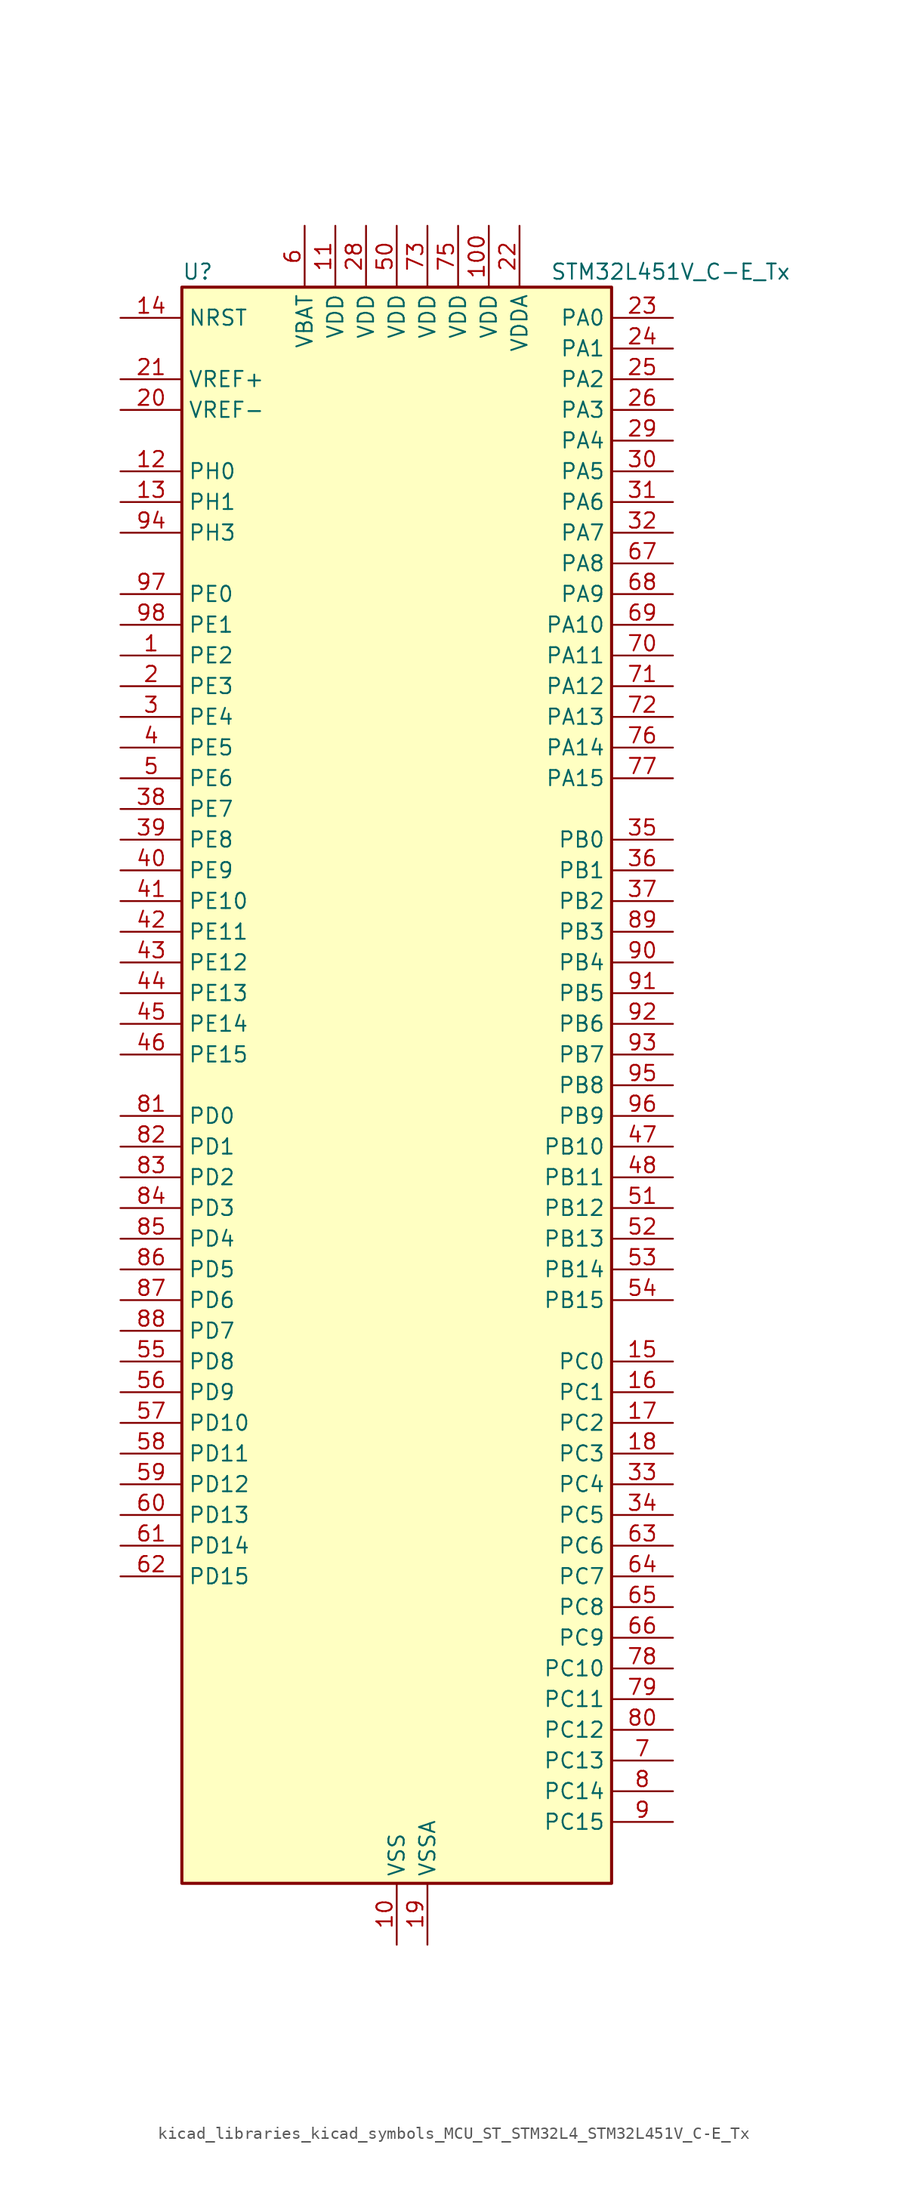
<source format=kicad_sym>
(kicad_symbol_lib
  (version 20220914)
  (generator kicad_symbol_editor)
  (symbol "kicad_libraries_kicad_symbols_MCU_ST_STM32L4_STM32L451V_C-E_Tx"
    (property "Reference" "U"
      (at -17.78 67.31 0)
      (effects (font (size 1.27 1.27)) (justify left)))
    (property "Value" "STM32L451V_C-E_Tx"
      (at 12.7 67.31 0)
      (effects (font (size 1.27 1.27)) (justify left)))
    (property "ki_locked" ""
      (at 0 0 0)
      (effects (font (size 1.27 1.27))))
    (symbol "kicad_libraries_kicad_symbols_MCU_ST_STM32L4_STM32L451V_C-E_Tx_0_1"
      (rectangle (start -17.78 -66.04) (end 17.78 66.04) (stroke (width 0.254) (type default)) (fill (type background))))
    (symbol "kicad_libraries_kicad_symbols_MCU_ST_STM32L4_STM32L451V_C-E_Tx_1_1"
      (pin bidirectional line (at -22.86 35.56 0) (length 5.08) (name "PE2" (effects (font (size 1.27 1.27)))) (number "1" (effects (font (size 1.27 1.27)))) (alternate "SAI1_MCLK_A" bidirectional line) (alternate "SYS_TRACECLK" bidirectional line) (alternate "TIM3_ETR" bidirectional line) (alternate "TSC_G7_IO1" bidirectional line))
      (pin power_in line (at 0 -71.12 90) (length 5.08) (name "VSS" (effects (font (size 1.27 1.27)))) (number "10" (effects (font (size 1.27 1.27)))))
      (pin power_in line (at 7.62 71.12 270) (length 5.08) (name "VDD" (effects (font (size 1.27 1.27)))) (number "100" (effects (font (size 1.27 1.27)))))
      (pin power_in line (at -5.08 71.12 270) (length 5.08) (name "VDD" (effects (font (size 1.27 1.27)))) (number "11" (effects (font (size 1.27 1.27)))))
      (pin bidirectional line (at -22.86 50.8 0) (length 5.08) (name "PH0" (effects (font (size 1.27 1.27)))) (number "12" (effects (font (size 1.27 1.27)))) (alternate "RCC_OSC_IN" bidirectional line))
      (pin bidirectional line (at -22.86 48.26 0) (length 5.08) (name "PH1" (effects (font (size 1.27 1.27)))) (number "13" (effects (font (size 1.27 1.27)))) (alternate "RCC_OSC_OUT" bidirectional line))
      (pin input line (at -22.86 63.5 0) (length 5.08) (name "NRST" (effects (font (size 1.27 1.27)))) (number "14" (effects (font (size 1.27 1.27)))))
      (pin bidirectional line (at 22.86 -22.86 180) (length 5.08) (name "PC0" (effects (font (size 1.27 1.27)))) (number "15" (effects (font (size 1.27 1.27)))) (alternate "ADC1_IN1" bidirectional line) (alternate "I2C3_SCL" bidirectional line) (alternate "I2C4_SCL" bidirectional line) (alternate "LPTIM1_IN1" bidirectional line) (alternate "LPTIM2_IN1" bidirectional line) (alternate "LPUART1_RX" bidirectional line))
      (pin bidirectional line (at 22.86 -25.4 180) (length 5.08) (name "PC1" (effects (font (size 1.27 1.27)))) (number "16" (effects (font (size 1.27 1.27)))) (alternate "ADC1_IN2" bidirectional line) (alternate "I2C3_SDA" bidirectional line) (alternate "I2C4_SDA" bidirectional line) (alternate "LPTIM1_OUT" bidirectional line) (alternate "LPUART1_TX" bidirectional line) (alternate "SYS_TRACED0" bidirectional line))
      (pin bidirectional line (at 22.86 -27.94 180) (length 5.08) (name "PC2" (effects (font (size 1.27 1.27)))) (number "17" (effects (font (size 1.27 1.27)))) (alternate "ADC1_IN3" bidirectional line) (alternate "DFSDM1_CKOUT" bidirectional line) (alternate "LPTIM1_IN2" bidirectional line) (alternate "SPI2_MISO" bidirectional line))
      (pin bidirectional line (at 22.86 -30.48 180) (length 5.08) (name "PC3" (effects (font (size 1.27 1.27)))) (number "18" (effects (font (size 1.27 1.27)))) (alternate "ADC1_IN4" bidirectional line) (alternate "LPTIM1_ETR" bidirectional line) (alternate "LPTIM2_ETR" bidirectional line) (alternate "SAI1_SD_A" bidirectional line) (alternate "SPI2_MOSI" bidirectional line))
      (pin power_in line (at 2.54 -71.12 90) (length 5.08) (name "VSSA" (effects (font (size 1.27 1.27)))) (number "19" (effects (font (size 1.27 1.27)))))
      (pin bidirectional line (at -22.86 33.02 0) (length 5.08) (name "PE3" (effects (font (size 1.27 1.27)))) (number "2" (effects (font (size 1.27 1.27)))) (alternate "SAI1_SD_B" bidirectional line) (alternate "SYS_TRACED0" bidirectional line) (alternate "TIM3_CH1" bidirectional line) (alternate "TSC_G7_IO2" bidirectional line))
      (pin input line (at -22.86 55.88 0) (length 5.08) (name "VREF-" (effects (font (size 1.27 1.27)))) (number "20" (effects (font (size 1.27 1.27)))))
      (pin input line (at -22.86 58.42 0) (length 5.08) (name "VREF+" (effects (font (size 1.27 1.27)))) (number "21" (effects (font (size 1.27 1.27)))) (alternate "VREFBUF_OUT" bidirectional line))
      (pin power_in line (at 10.16 71.12 270) (length 5.08) (name "VDDA" (effects (font (size 1.27 1.27)))) (number "22" (effects (font (size 1.27 1.27)))))
      (pin bidirectional line (at 22.86 63.5 180) (length 5.08) (name "PA0" (effects (font (size 1.27 1.27)))) (number "23" (effects (font (size 1.27 1.27)))) (alternate "ADC1_IN5" bidirectional line) (alternate "COMP1_INM" bidirectional line) (alternate "COMP1_OUT" bidirectional line) (alternate "OPAMP1_VINP" bidirectional line) (alternate "RTC_TAMP2" bidirectional line) (alternate "SAI1_EXTCLK" bidirectional line) (alternate "SYS_WKUP1" bidirectional line) (alternate "TIM2_CH1" bidirectional line) (alternate "TIM2_ETR" bidirectional line) (alternate "UART4_TX" bidirectional line) (alternate "USART2_CTS" bidirectional line))
      (pin bidirectional line (at 22.86 60.96 180) (length 5.08) (name "PA1" (effects (font (size 1.27 1.27)))) (number "24" (effects (font (size 1.27 1.27)))) (alternate "ADC1_IN6" bidirectional line) (alternate "COMP1_INP" bidirectional line) (alternate "I2C1_SMBA" bidirectional line) (alternate "OPAMP1_VINM" bidirectional line) (alternate "SPI1_SCK" bidirectional line) (alternate "TIM15_CH1N" bidirectional line) (alternate "TIM2_CH2" bidirectional line) (alternate "UART4_RX" bidirectional line) (alternate "USART2_DE" bidirectional line) (alternate "USART2_RTS" bidirectional line))
      (pin bidirectional line (at 22.86 58.42 180) (length 5.08) (name "PA2" (effects (font (size 1.27 1.27)))) (number "25" (effects (font (size 1.27 1.27)))) (alternate "ADC1_IN7" bidirectional line) (alternate "COMP2_INM" bidirectional line) (alternate "COMP2_OUT" bidirectional line) (alternate "LPUART1_TX" bidirectional line) (alternate "QUADSPI_BK1_NCS" bidirectional line) (alternate "RCC_LSCO" bidirectional line) (alternate "SYS_WKUP4" bidirectional line) (alternate "TIM15_CH1" bidirectional line) (alternate "TIM2_CH3" bidirectional line) (alternate "USART2_TX" bidirectional line))
      (pin bidirectional line (at 22.86 55.88 180) (length 5.08) (name "PA3" (effects (font (size 1.27 1.27)))) (number "26" (effects (font (size 1.27 1.27)))) (alternate "ADC1_IN8" bidirectional line) (alternate "COMP2_INP" bidirectional line) (alternate "LPUART1_RX" bidirectional line) (alternate "OPAMP1_VOUT" bidirectional line) (alternate "QUADSPI_CLK" bidirectional line) (alternate "SAI1_MCLK_A" bidirectional line) (alternate "TIM15_CH2" bidirectional line) (alternate "TIM2_CH4" bidirectional line) (alternate "USART2_RX" bidirectional line))
      (pin passive line (at 0 -71.12 90) (length 5.08) hide (name "VSS" (effects (font (size 1.27 1.27)))) (number "27" (effects (font (size 1.27 1.27)))))
      (pin power_in line (at -2.54 71.12 270) (length 5.08) (name "VDD" (effects (font (size 1.27 1.27)))) (number "28" (effects (font (size 1.27 1.27)))))
      (pin bidirectional line (at 22.86 53.34 180) (length 5.08) (name "PA4" (effects (font (size 1.27 1.27)))) (number "29" (effects (font (size 1.27 1.27)))) (alternate "ADC1_IN9" bidirectional line) (alternate "COMP1_INM" bidirectional line) (alternate "COMP2_INM" bidirectional line) (alternate "DAC1_OUT1" bidirectional line) (alternate "LPTIM2_OUT" bidirectional line) (alternate "SAI1_FS_B" bidirectional line) (alternate "SPI1_NSS" bidirectional line) (alternate "SPI3_NSS" bidirectional line) (alternate "USART2_CK" bidirectional line))
      (pin bidirectional line (at -22.86 30.48 0) (length 5.08) (name "PE4" (effects (font (size 1.27 1.27)))) (number "3" (effects (font (size 1.27 1.27)))) (alternate "DFSDM1_DATIN3" bidirectional line) (alternate "SAI1_FS_A" bidirectional line) (alternate "SYS_TRACED1" bidirectional line) (alternate "TIM3_CH2" bidirectional line) (alternate "TSC_G7_IO3" bidirectional line))
      (pin bidirectional line (at 22.86 50.8 180) (length 5.08) (name "PA5" (effects (font (size 1.27 1.27)))) (number "30" (effects (font (size 1.27 1.27)))) (alternate "ADC1_IN10" bidirectional line) (alternate "COMP1_INM" bidirectional line) (alternate "COMP2_INM" bidirectional line) (alternate "DFSDM1_CKOUT" bidirectional line) (alternate "LPTIM2_ETR" bidirectional line) (alternate "SPI1_SCK" bidirectional line) (alternate "TIM2_CH1" bidirectional line) (alternate "TIM2_ETR" bidirectional line))
      (pin bidirectional line (at 22.86 48.26 180) (length 5.08) (name "PA6" (effects (font (size 1.27 1.27)))) (number "31" (effects (font (size 1.27 1.27)))) (alternate "ADC1_IN11" bidirectional line) (alternate "COMP1_OUT" bidirectional line) (alternate "LPUART1_CTS" bidirectional line) (alternate "QUADSPI_BK1_IO3" bidirectional line) (alternate "SPI1_MISO" bidirectional line) (alternate "TIM16_CH1" bidirectional line) (alternate "TIM1_BKIN" bidirectional line) (alternate "TIM1_BKIN_COMP2" bidirectional line) (alternate "TIM3_CH1" bidirectional line) (alternate "USART3_CTS" bidirectional line))
      (pin bidirectional line (at 22.86 45.72 180) (length 5.08) (name "PA7" (effects (font (size 1.27 1.27)))) (number "32" (effects (font (size 1.27 1.27)))) (alternate "ADC1_IN12" bidirectional line) (alternate "COMP2_OUT" bidirectional line) (alternate "DFSDM1_DATIN0" bidirectional line) (alternate "I2C3_SCL" bidirectional line) (alternate "QUADSPI_BK1_IO2" bidirectional line) (alternate "SPI1_MOSI" bidirectional line) (alternate "TIM1_CH1N" bidirectional line) (alternate "TIM3_CH2" bidirectional line))
      (pin bidirectional line (at 22.86 -33.02 180) (length 5.08) (name "PC4" (effects (font (size 1.27 1.27)))) (number "33" (effects (font (size 1.27 1.27)))) (alternate "ADC1_IN13" bidirectional line) (alternate "COMP1_INM" bidirectional line) (alternate "USART3_TX" bidirectional line))
      (pin bidirectional line (at 22.86 -35.56 180) (length 5.08) (name "PC5" (effects (font (size 1.27 1.27)))) (number "34" (effects (font (size 1.27 1.27)))) (alternate "ADC1_IN14" bidirectional line) (alternate "COMP1_INP" bidirectional line) (alternate "SYS_WKUP5" bidirectional line) (alternate "USART3_RX" bidirectional line))
      (pin bidirectional line (at 22.86 20.32 180) (length 5.08) (name "PB0" (effects (font (size 1.27 1.27)))) (number "35" (effects (font (size 1.27 1.27)))) (alternate "ADC1_IN15" bidirectional line) (alternate "COMP1_OUT" bidirectional line) (alternate "DFSDM1_CKIN0" bidirectional line) (alternate "QUADSPI_BK1_IO1" bidirectional line) (alternate "SAI1_EXTCLK" bidirectional line) (alternate "SPI1_NSS" bidirectional line) (alternate "TIM1_CH2N" bidirectional line) (alternate "TIM3_CH3" bidirectional line) (alternate "USART3_CK" bidirectional line))
      (pin bidirectional line (at 22.86 17.78 180) (length 5.08) (name "PB1" (effects (font (size 1.27 1.27)))) (number "36" (effects (font (size 1.27 1.27)))) (alternate "ADC1_IN16" bidirectional line) (alternate "COMP1_INM" bidirectional line) (alternate "DFSDM1_DATIN0" bidirectional line) (alternate "LPTIM2_IN1" bidirectional line) (alternate "LPUART1_DE" bidirectional line) (alternate "LPUART1_RTS" bidirectional line) (alternate "QUADSPI_BK1_IO0" bidirectional line) (alternate "TIM1_CH3N" bidirectional line) (alternate "TIM3_CH4" bidirectional line) (alternate "USART3_DE" bidirectional line) (alternate "USART3_RTS" bidirectional line))
      (pin bidirectional line (at 22.86 15.24 180) (length 5.08) (name "PB2" (effects (font (size 1.27 1.27)))) (number "37" (effects (font (size 1.27 1.27)))) (alternate "COMP1_INP" bidirectional line) (alternate "DFSDM1_CKIN0" bidirectional line) (alternate "I2C3_SMBA" bidirectional line) (alternate "LPTIM1_OUT" bidirectional line) (alternate "RTC_OUT_ALARM" bidirectional line) (alternate "RTC_OUT_CALIB" bidirectional line))
      (pin bidirectional line (at -22.86 22.86 0) (length 5.08) (name "PE7" (effects (font (size 1.27 1.27)))) (number "38" (effects (font (size 1.27 1.27)))) (alternate "DFSDM1_DATIN2" bidirectional line) (alternate "SAI1_SD_B" bidirectional line) (alternate "TIM1_ETR" bidirectional line))
      (pin bidirectional line (at -22.86 20.32 0) (length 5.08) (name "PE8" (effects (font (size 1.27 1.27)))) (number "39" (effects (font (size 1.27 1.27)))) (alternate "DFSDM1_CKIN2" bidirectional line) (alternate "SAI1_SCK_B" bidirectional line) (alternate "TIM1_CH1N" bidirectional line))
      (pin bidirectional line (at -22.86 27.94 0) (length 5.08) (name "PE5" (effects (font (size 1.27 1.27)))) (number "4" (effects (font (size 1.27 1.27)))) (alternate "DFSDM1_CKIN3" bidirectional line) (alternate "SAI1_SCK_A" bidirectional line) (alternate "SYS_TRACED2" bidirectional line) (alternate "TIM3_CH3" bidirectional line) (alternate "TSC_G7_IO4" bidirectional line))
      (pin bidirectional line (at -22.86 17.78 0) (length 5.08) (name "PE9" (effects (font (size 1.27 1.27)))) (number "40" (effects (font (size 1.27 1.27)))) (alternate "DAC1_EXTI9" bidirectional line) (alternate "DFSDM1_CKOUT" bidirectional line) (alternate "SAI1_FS_B" bidirectional line) (alternate "TIM1_CH1" bidirectional line))
      (pin bidirectional line (at -22.86 15.24 0) (length 5.08) (name "PE10" (effects (font (size 1.27 1.27)))) (number "41" (effects (font (size 1.27 1.27)))) (alternate "QUADSPI_CLK" bidirectional line) (alternate "SAI1_MCLK_B" bidirectional line) (alternate "TIM1_CH2N" bidirectional line) (alternate "TSC_G5_IO1" bidirectional line))
      (pin bidirectional line (at -22.86 12.7 0) (length 5.08) (name "PE11" (effects (font (size 1.27 1.27)))) (number "42" (effects (font (size 1.27 1.27)))) (alternate "ADC1_EXTI11" bidirectional line) (alternate "QUADSPI_BK1_NCS" bidirectional line) (alternate "TIM1_CH2" bidirectional line) (alternate "TSC_G5_IO2" bidirectional line))
      (pin bidirectional line (at -22.86 10.16 0) (length 5.08) (name "PE12" (effects (font (size 1.27 1.27)))) (number "43" (effects (font (size 1.27 1.27)))) (alternate "QUADSPI_BK1_IO0" bidirectional line) (alternate "SPI1_NSS" bidirectional line) (alternate "TIM1_CH3N" bidirectional line) (alternate "TSC_G5_IO3" bidirectional line))
      (pin bidirectional line (at -22.86 7.62 0) (length 5.08) (name "PE13" (effects (font (size 1.27 1.27)))) (number "44" (effects (font (size 1.27 1.27)))) (alternate "QUADSPI_BK1_IO1" bidirectional line) (alternate "SPI1_SCK" bidirectional line) (alternate "TIM1_CH3" bidirectional line) (alternate "TSC_G5_IO4" bidirectional line))
      (pin bidirectional line (at -22.86 5.08 0) (length 5.08) (name "PE14" (effects (font (size 1.27 1.27)))) (number "45" (effects (font (size 1.27 1.27)))) (alternate "QUADSPI_BK1_IO2" bidirectional line) (alternate "SPI1_MISO" bidirectional line) (alternate "TIM1_BKIN2" bidirectional line) (alternate "TIM1_BKIN2_COMP2" bidirectional line) (alternate "TIM1_CH4" bidirectional line))
      (pin bidirectional line (at -22.86 2.54 0) (length 5.08) (name "PE15" (effects (font (size 1.27 1.27)))) (number "46" (effects (font (size 1.27 1.27)))) (alternate "ADC1_EXTI15" bidirectional line) (alternate "QUADSPI_BK1_IO3" bidirectional line) (alternate "SPI1_MOSI" bidirectional line) (alternate "TIM1_BKIN" bidirectional line) (alternate "TIM1_BKIN_COMP1" bidirectional line))
      (pin bidirectional line (at 22.86 -5.08 180) (length 5.08) (name "PB10" (effects (font (size 1.27 1.27)))) (number "47" (effects (font (size 1.27 1.27)))) (alternate "COMP1_OUT" bidirectional line) (alternate "I2C2_SCL" bidirectional line) (alternate "I2C4_SCL" bidirectional line) (alternate "LPUART1_RX" bidirectional line) (alternate "QUADSPI_CLK" bidirectional line) (alternate "SAI1_SCK_A" bidirectional line) (alternate "SPI2_SCK" bidirectional line) (alternate "TIM2_CH3" bidirectional line) (alternate "TSC_SYNC" bidirectional line) (alternate "USART3_TX" bidirectional line))
      (pin bidirectional line (at 22.86 -7.62 180) (length 5.08) (name "PB11" (effects (font (size 1.27 1.27)))) (number "48" (effects (font (size 1.27 1.27)))) (alternate "ADC1_EXTI11" bidirectional line) (alternate "COMP2_OUT" bidirectional line) (alternate "I2C2_SDA" bidirectional line) (alternate "I2C4_SDA" bidirectional line) (alternate "LPUART1_TX" bidirectional line) (alternate "QUADSPI_BK1_NCS" bidirectional line) (alternate "TIM2_CH4" bidirectional line) (alternate "USART3_RX" bidirectional line))
      (pin passive line (at 0 -71.12 90) (length 5.08) hide (name "VSS" (effects (font (size 1.27 1.27)))) (number "49" (effects (font (size 1.27 1.27)))))
      (pin bidirectional line (at -22.86 25.4 0) (length 5.08) (name "PE6" (effects (font (size 1.27 1.27)))) (number "5" (effects (font (size 1.27 1.27)))) (alternate "RTC_TAMP3" bidirectional line) (alternate "SAI1_SD_A" bidirectional line) (alternate "SYS_TRACED3" bidirectional line) (alternate "SYS_WKUP3" bidirectional line) (alternate "TIM3_CH4" bidirectional line))
      (pin power_in line (at 0 71.12 270) (length 5.08) (name "VDD" (effects (font (size 1.27 1.27)))) (number "50" (effects (font (size 1.27 1.27)))))
      (pin bidirectional line (at 22.86 -10.16 180) (length 5.08) (name "PB12" (effects (font (size 1.27 1.27)))) (number "51" (effects (font (size 1.27 1.27)))) (alternate "CAN1_RX" bidirectional line) (alternate "DFSDM1_DATIN1" bidirectional line) (alternate "I2C2_SMBA" bidirectional line) (alternate "LPUART1_DE" bidirectional line) (alternate "LPUART1_RTS" bidirectional line) (alternate "SAI1_FS_A" bidirectional line) (alternate "SPI2_NSS" bidirectional line) (alternate "TIM15_BKIN" bidirectional line) (alternate "TIM1_BKIN" bidirectional line) (alternate "TIM1_BKIN_COMP2" bidirectional line) (alternate "TSC_G1_IO1" bidirectional line) (alternate "USART3_CK" bidirectional line))
      (pin bidirectional line (at 22.86 -12.7 180) (length 5.08) (name "PB13" (effects (font (size 1.27 1.27)))) (number "52" (effects (font (size 1.27 1.27)))) (alternate "CAN1_TX" bidirectional line) (alternate "DFSDM1_CKIN1" bidirectional line) (alternate "I2C2_SCL" bidirectional line) (alternate "LPUART1_CTS" bidirectional line) (alternate "SAI1_SCK_A" bidirectional line) (alternate "SPI2_SCK" bidirectional line) (alternate "TIM15_CH1N" bidirectional line) (alternate "TIM1_CH1N" bidirectional line) (alternate "TSC_G1_IO2" bidirectional line) (alternate "USART3_CTS" bidirectional line))
      (pin bidirectional line (at 22.86 -15.24 180) (length 5.08) (name "PB14" (effects (font (size 1.27 1.27)))) (number "53" (effects (font (size 1.27 1.27)))) (alternate "DFSDM1_DATIN2" bidirectional line) (alternate "I2C2_SDA" bidirectional line) (alternate "SAI1_MCLK_A" bidirectional line) (alternate "SPI2_MISO" bidirectional line) (alternate "TIM15_CH1" bidirectional line) (alternate "TIM1_CH2N" bidirectional line) (alternate "TSC_G1_IO3" bidirectional line) (alternate "USART3_DE" bidirectional line) (alternate "USART3_RTS" bidirectional line))
      (pin bidirectional line (at 22.86 -17.78 180) (length 5.08) (name "PB15" (effects (font (size 1.27 1.27)))) (number "54" (effects (font (size 1.27 1.27)))) (alternate "ADC1_EXTI15" bidirectional line) (alternate "DFSDM1_CKIN2" bidirectional line) (alternate "RTC_REFIN" bidirectional line) (alternate "SAI1_SD_A" bidirectional line) (alternate "SPI2_MOSI" bidirectional line) (alternate "TIM15_CH2" bidirectional line) (alternate "TIM1_CH3N" bidirectional line) (alternate "TSC_G1_IO4" bidirectional line))
      (pin bidirectional line (at -22.86 -22.86 0) (length 5.08) (name "PD8" (effects (font (size 1.27 1.27)))) (number "55" (effects (font (size 1.27 1.27)))) (alternate "USART3_TX" bidirectional line))
      (pin bidirectional line (at -22.86 -25.4 0) (length 5.08) (name "PD9" (effects (font (size 1.27 1.27)))) (number "56" (effects (font (size 1.27 1.27)))) (alternate "DAC1_EXTI9" bidirectional line) (alternate "USART3_RX" bidirectional line))
      (pin bidirectional line (at -22.86 -27.94 0) (length 5.08) (name "PD10" (effects (font (size 1.27 1.27)))) (number "57" (effects (font (size 1.27 1.27)))) (alternate "TSC_G6_IO1" bidirectional line) (alternate "USART3_CK" bidirectional line))
      (pin bidirectional line (at -22.86 -30.48 0) (length 5.08) (name "PD11" (effects (font (size 1.27 1.27)))) (number "58" (effects (font (size 1.27 1.27)))) (alternate "ADC1_EXTI11" bidirectional line) (alternate "I2C4_SMBA" bidirectional line) (alternate "LPTIM2_ETR" bidirectional line) (alternate "TSC_G6_IO2" bidirectional line) (alternate "USART3_CTS" bidirectional line))
      (pin bidirectional line (at -22.86 -33.02 0) (length 5.08) (name "PD12" (effects (font (size 1.27 1.27)))) (number "59" (effects (font (size 1.27 1.27)))) (alternate "I2C4_SCL" bidirectional line) (alternate "LPTIM2_IN1" bidirectional line) (alternate "TSC_G6_IO3" bidirectional line) (alternate "USART3_DE" bidirectional line) (alternate "USART3_RTS" bidirectional line))
      (pin power_in line (at -7.62 71.12 270) (length 5.08) (name "VBAT" (effects (font (size 1.27 1.27)))) (number "6" (effects (font (size 1.27 1.27)))))
      (pin bidirectional line (at -22.86 -35.56 0) (length 5.08) (name "PD13" (effects (font (size 1.27 1.27)))) (number "60" (effects (font (size 1.27 1.27)))) (alternate "I2C4_SDA" bidirectional line) (alternate "LPTIM2_OUT" bidirectional line) (alternate "TSC_G6_IO4" bidirectional line))
      (pin bidirectional line (at -22.86 -38.1 0) (length 5.08) (name "PD14" (effects (font (size 1.27 1.27)))) (number "61" (effects (font (size 1.27 1.27)))))
      (pin bidirectional line (at -22.86 -40.64 0) (length 5.08) (name "PD15" (effects (font (size 1.27 1.27)))) (number "62" (effects (font (size 1.27 1.27)))) (alternate "ADC1_EXTI15" bidirectional line))
      (pin bidirectional line (at 22.86 -38.1 180) (length 5.08) (name "PC6" (effects (font (size 1.27 1.27)))) (number "63" (effects (font (size 1.27 1.27)))) (alternate "DFSDM1_CKIN3" bidirectional line) (alternate "SDMMC1_D6" bidirectional line) (alternate "TIM3_CH1" bidirectional line) (alternate "TSC_G4_IO1" bidirectional line))
      (pin bidirectional line (at 22.86 -40.64 180) (length 5.08) (name "PC7" (effects (font (size 1.27 1.27)))) (number "64" (effects (font (size 1.27 1.27)))) (alternate "DFSDM1_DATIN3" bidirectional line) (alternate "SDMMC1_D7" bidirectional line) (alternate "TIM3_CH2" bidirectional line) (alternate "TSC_G4_IO2" bidirectional line))
      (pin bidirectional line (at 22.86 -43.18 180) (length 5.08) (name "PC8" (effects (font (size 1.27 1.27)))) (number "65" (effects (font (size 1.27 1.27)))) (alternate "SDMMC1_D0" bidirectional line) (alternate "TIM3_CH3" bidirectional line) (alternate "TSC_G4_IO3" bidirectional line))
      (pin bidirectional line (at 22.86 -45.72 180) (length 5.08) (name "PC9" (effects (font (size 1.27 1.27)))) (number "66" (effects (font (size 1.27 1.27)))) (alternate "DAC1_EXTI9" bidirectional line) (alternate "SDMMC1_D1" bidirectional line) (alternate "TIM3_CH4" bidirectional line) (alternate "TSC_G4_IO4" bidirectional line))
      (pin bidirectional line (at 22.86 43.18 180) (length 5.08) (name "PA8" (effects (font (size 1.27 1.27)))) (number "67" (effects (font (size 1.27 1.27)))) (alternate "DFSDM1_CKIN1" bidirectional line) (alternate "LPTIM2_OUT" bidirectional line) (alternate "RCC_MCO" bidirectional line) (alternate "SAI1_SCK_A" bidirectional line) (alternate "TIM1_CH1" bidirectional line) (alternate "USART1_CK" bidirectional line))
      (pin bidirectional line (at 22.86 40.64 180) (length 5.08) (name "PA9" (effects (font (size 1.27 1.27)))) (number "68" (effects (font (size 1.27 1.27)))) (alternate "DAC1_EXTI9" bidirectional line) (alternate "DFSDM1_DATIN1" bidirectional line) (alternate "I2C1_SCL" bidirectional line) (alternate "SAI1_FS_A" bidirectional line) (alternate "TIM15_BKIN" bidirectional line) (alternate "TIM1_CH2" bidirectional line) (alternate "USART1_TX" bidirectional line))
      (pin bidirectional line (at 22.86 38.1 180) (length 5.08) (name "PA10" (effects (font (size 1.27 1.27)))) (number "69" (effects (font (size 1.27 1.27)))) (alternate "I2C1_SDA" bidirectional line) (alternate "SAI1_SD_A" bidirectional line) (alternate "TIM1_CH3" bidirectional line) (alternate "USART1_RX" bidirectional line))
      (pin bidirectional line (at 22.86 -55.88 180) (length 5.08) (name "PC13" (effects (font (size 1.27 1.27)))) (number "7" (effects (font (size 1.27 1.27)))) (alternate "RTC_OUT_ALARM" bidirectional line) (alternate "RTC_OUT_CALIB" bidirectional line) (alternate "RTC_TAMP1" bidirectional line) (alternate "RTC_TS" bidirectional line) (alternate "SYS_WKUP2" bidirectional line))
      (pin bidirectional line (at 22.86 35.56 180) (length 5.08) (name "PA11" (effects (font (size 1.27 1.27)))) (number "70" (effects (font (size 1.27 1.27)))) (alternate "ADC1_EXTI11" bidirectional line) (alternate "CAN1_RX" bidirectional line) (alternate "COMP1_OUT" bidirectional line) (alternate "SPI1_MISO" bidirectional line) (alternate "TIM1_BKIN2" bidirectional line) (alternate "TIM1_BKIN2_COMP1" bidirectional line) (alternate "TIM1_CH4" bidirectional line) (alternate "USART1_CTS" bidirectional line))
      (pin bidirectional line (at 22.86 33.02 180) (length 5.08) (name "PA12" (effects (font (size 1.27 1.27)))) (number "71" (effects (font (size 1.27 1.27)))) (alternate "CAN1_TX" bidirectional line) (alternate "SPI1_MOSI" bidirectional line) (alternate "TIM1_ETR" bidirectional line) (alternate "USART1_DE" bidirectional line) (alternate "USART1_RTS" bidirectional line))
      (pin bidirectional line (at 22.86 30.48 180) (length 5.08) (name "PA13" (effects (font (size 1.27 1.27)))) (number "72" (effects (font (size 1.27 1.27)))) (alternate "IR_OUT" bidirectional line) (alternate "SAI1_SD_B" bidirectional line) (alternate "SYS_JTMS-SWDIO" bidirectional line))
      (pin power_in line (at 2.54 71.12 270) (length 5.08) (name "VDD" (effects (font (size 1.27 1.27)))) (number "73" (effects (font (size 1.27 1.27)))))
      (pin passive line (at 0 -71.12 90) (length 5.08) hide (name "VSS" (effects (font (size 1.27 1.27)))) (number "74" (effects (font (size 1.27 1.27)))))
      (pin power_in line (at 5.08 71.12 270) (length 5.08) (name "VDD" (effects (font (size 1.27 1.27)))) (number "75" (effects (font (size 1.27 1.27)))))
      (pin bidirectional line (at 22.86 27.94 180) (length 5.08) (name "PA14" (effects (font (size 1.27 1.27)))) (number "76" (effects (font (size 1.27 1.27)))) (alternate "I2C1_SMBA" bidirectional line) (alternate "I2C4_SMBA" bidirectional line) (alternate "LPTIM1_OUT" bidirectional line) (alternate "SAI1_FS_B" bidirectional line) (alternate "SYS_JTCK-SWCLK" bidirectional line))
      (pin bidirectional line (at 22.86 25.4 180) (length 5.08) (name "PA15" (effects (font (size 1.27 1.27)))) (number "77" (effects (font (size 1.27 1.27)))) (alternate "ADC1_EXTI15" bidirectional line) (alternate "SPI1_NSS" bidirectional line) (alternate "SPI3_NSS" bidirectional line) (alternate "SYS_JTDI" bidirectional line) (alternate "TIM2_CH1" bidirectional line) (alternate "TIM2_ETR" bidirectional line) (alternate "TSC_G3_IO1" bidirectional line) (alternate "UART4_DE" bidirectional line) (alternate "UART4_RTS" bidirectional line) (alternate "USART2_RX" bidirectional line) (alternate "USART3_DE" bidirectional line) (alternate "USART3_RTS" bidirectional line))
      (pin bidirectional line (at 22.86 -48.26 180) (length 5.08) (name "PC10" (effects (font (size 1.27 1.27)))) (number "78" (effects (font (size 1.27 1.27)))) (alternate "SDMMC1_D2" bidirectional line) (alternate "SPI3_SCK" bidirectional line) (alternate "SYS_TRACED1" bidirectional line) (alternate "TSC_G3_IO2" bidirectional line) (alternate "UART4_TX" bidirectional line) (alternate "USART3_TX" bidirectional line))
      (pin bidirectional line (at 22.86 -50.8 180) (length 5.08) (name "PC11" (effects (font (size 1.27 1.27)))) (number "79" (effects (font (size 1.27 1.27)))) (alternate "ADC1_EXTI11" bidirectional line) (alternate "SDMMC1_D3" bidirectional line) (alternate "SPI3_MISO" bidirectional line) (alternate "TSC_G3_IO3" bidirectional line) (alternate "UART4_RX" bidirectional line) (alternate "USART3_RX" bidirectional line))
      (pin bidirectional line (at 22.86 -58.42 180) (length 5.08) (name "PC14" (effects (font (size 1.27 1.27)))) (number "8" (effects (font (size 1.27 1.27)))) (alternate "RCC_OSC32_IN" bidirectional line))
      (pin bidirectional line (at 22.86 -53.34 180) (length 5.08) (name "PC12" (effects (font (size 1.27 1.27)))) (number "80" (effects (font (size 1.27 1.27)))) (alternate "SDMMC1_CK" bidirectional line) (alternate "SPI3_MOSI" bidirectional line) (alternate "SYS_TRACED3" bidirectional line) (alternate "TSC_G3_IO4" bidirectional line) (alternate "USART3_CK" bidirectional line))
      (pin bidirectional line (at -22.86 -2.54 0) (length 5.08) (name "PD0" (effects (font (size 1.27 1.27)))) (number "81" (effects (font (size 1.27 1.27)))) (alternate "CAN1_RX" bidirectional line) (alternate "SPI2_NSS" bidirectional line))
      (pin bidirectional line (at -22.86 -5.08 0) (length 5.08) (name "PD1" (effects (font (size 1.27 1.27)))) (number "82" (effects (font (size 1.27 1.27)))) (alternate "CAN1_TX" bidirectional line) (alternate "SPI2_SCK" bidirectional line))
      (pin bidirectional line (at -22.86 -7.62 0) (length 5.08) (name "PD2" (effects (font (size 1.27 1.27)))) (number "83" (effects (font (size 1.27 1.27)))) (alternate "SDMMC1_CMD" bidirectional line) (alternate "SYS_TRACED2" bidirectional line) (alternate "TIM3_ETR" bidirectional line) (alternate "TSC_SYNC" bidirectional line) (alternate "USART3_DE" bidirectional line) (alternate "USART3_RTS" bidirectional line))
      (pin bidirectional line (at -22.86 -10.16 0) (length 5.08) (name "PD3" (effects (font (size 1.27 1.27)))) (number "84" (effects (font (size 1.27 1.27)))) (alternate "DFSDM1_DATIN0" bidirectional line) (alternate "QUADSPI_BK2_NCS" bidirectional line) (alternate "SPI2_MISO" bidirectional line) (alternate "USART2_CTS" bidirectional line))
      (pin bidirectional line (at -22.86 -12.7 0) (length 5.08) (name "PD4" (effects (font (size 1.27 1.27)))) (number "85" (effects (font (size 1.27 1.27)))) (alternate "DFSDM1_CKIN0" bidirectional line) (alternate "QUADSPI_BK2_IO0" bidirectional line) (alternate "SPI2_MOSI" bidirectional line) (alternate "USART2_DE" bidirectional line) (alternate "USART2_RTS" bidirectional line))
      (pin bidirectional line (at -22.86 -15.24 0) (length 5.08) (name "PD5" (effects (font (size 1.27 1.27)))) (number "86" (effects (font (size 1.27 1.27)))) (alternate "QUADSPI_BK2_IO1" bidirectional line) (alternate "USART2_TX" bidirectional line))
      (pin bidirectional line (at -22.86 -17.78 0) (length 5.08) (name "PD6" (effects (font (size 1.27 1.27)))) (number "87" (effects (font (size 1.27 1.27)))) (alternate "DFSDM1_DATIN1" bidirectional line) (alternate "QUADSPI_BK2_IO2" bidirectional line) (alternate "SAI1_SD_A" bidirectional line) (alternate "USART2_RX" bidirectional line))
      (pin bidirectional line (at -22.86 -20.32 0) (length 5.08) (name "PD7" (effects (font (size 1.27 1.27)))) (number "88" (effects (font (size 1.27 1.27)))) (alternate "DFSDM1_CKIN1" bidirectional line) (alternate "QUADSPI_BK2_IO3" bidirectional line) (alternate "USART2_CK" bidirectional line))
      (pin bidirectional line (at 22.86 12.7 180) (length 5.08) (name "PB3" (effects (font (size 1.27 1.27)))) (number "89" (effects (font (size 1.27 1.27)))) (alternate "COMP2_INM" bidirectional line) (alternate "SAI1_SCK_B" bidirectional line) (alternate "SPI1_SCK" bidirectional line) (alternate "SPI3_SCK" bidirectional line) (alternate "SYS_JTDO-SWO" bidirectional line) (alternate "TIM2_CH2" bidirectional line) (alternate "USART1_DE" bidirectional line) (alternate "USART1_RTS" bidirectional line))
      (pin bidirectional line (at 22.86 -60.96 180) (length 5.08) (name "PC15" (effects (font (size 1.27 1.27)))) (number "9" (effects (font (size 1.27 1.27)))) (alternate "ADC1_EXTI15" bidirectional line) (alternate "RCC_OSC32_OUT" bidirectional line))
      (pin bidirectional line (at 22.86 10.16 180) (length 5.08) (name "PB4" (effects (font (size 1.27 1.27)))) (number "90" (effects (font (size 1.27 1.27)))) (alternate "COMP2_INP" bidirectional line) (alternate "I2C3_SDA" bidirectional line) (alternate "SAI1_MCLK_B" bidirectional line) (alternate "SPI1_MISO" bidirectional line) (alternate "SPI3_MISO" bidirectional line) (alternate "SYS_JTRST" bidirectional line) (alternate "TIM3_CH1" bidirectional line) (alternate "TSC_G2_IO1" bidirectional line) (alternate "USART1_CTS" bidirectional line))
      (pin bidirectional line (at 22.86 7.62 180) (length 5.08) (name "PB5" (effects (font (size 1.27 1.27)))) (number "91" (effects (font (size 1.27 1.27)))) (alternate "CAN1_RX" bidirectional line) (alternate "COMP2_OUT" bidirectional line) (alternate "I2C1_SMBA" bidirectional line) (alternate "LPTIM1_IN1" bidirectional line) (alternate "SAI1_SD_B" bidirectional line) (alternate "SPI1_MOSI" bidirectional line) (alternate "SPI3_MOSI" bidirectional line) (alternate "TIM16_BKIN" bidirectional line) (alternate "TIM3_CH2" bidirectional line) (alternate "TSC_G2_IO2" bidirectional line) (alternate "USART1_CK" bidirectional line))
      (pin bidirectional line (at 22.86 5.08 180) (length 5.08) (name "PB6" (effects (font (size 1.27 1.27)))) (number "92" (effects (font (size 1.27 1.27)))) (alternate "CAN1_TX" bidirectional line) (alternate "COMP2_INP" bidirectional line) (alternate "I2C1_SCL" bidirectional line) (alternate "I2C4_SCL" bidirectional line) (alternate "LPTIM1_ETR" bidirectional line) (alternate "SAI1_FS_B" bidirectional line) (alternate "TIM16_CH1N" bidirectional line) (alternate "TSC_G2_IO3" bidirectional line) (alternate "USART1_TX" bidirectional line))
      (pin bidirectional line (at 22.86 2.54 180) (length 5.08) (name "PB7" (effects (font (size 1.27 1.27)))) (number "93" (effects (font (size 1.27 1.27)))) (alternate "COMP2_INM" bidirectional line) (alternate "I2C1_SDA" bidirectional line) (alternate "I2C4_SDA" bidirectional line) (alternate "LPTIM1_IN2" bidirectional line) (alternate "SYS_PVD_IN" bidirectional line) (alternate "TSC_G2_IO4" bidirectional line) (alternate "UART4_CTS" bidirectional line) (alternate "USART1_RX" bidirectional line))
      (pin bidirectional line (at -22.86 45.72 0) (length 5.08) (name "PH3" (effects (font (size 1.27 1.27)))) (number "94" (effects (font (size 1.27 1.27)))))
      (pin bidirectional line (at 22.86 0 180) (length 5.08) (name "PB8" (effects (font (size 1.27 1.27)))) (number "95" (effects (font (size 1.27 1.27)))) (alternate "CAN1_RX" bidirectional line) (alternate "I2C1_SCL" bidirectional line) (alternate "SAI1_MCLK_A" bidirectional line) (alternate "SDMMC1_D4" bidirectional line) (alternate "TIM16_CH1" bidirectional line))
      (pin bidirectional line (at 22.86 -2.54 180) (length 5.08) (name "PB9" (effects (font (size 1.27 1.27)))) (number "96" (effects (font (size 1.27 1.27)))) (alternate "CAN1_TX" bidirectional line) (alternate "DAC1_EXTI9" bidirectional line) (alternate "I2C1_SDA" bidirectional line) (alternate "IR_OUT" bidirectional line) (alternate "SAI1_FS_A" bidirectional line) (alternate "SDMMC1_D5" bidirectional line) (alternate "SPI2_NSS" bidirectional line))
      (pin bidirectional line (at -22.86 40.64 0) (length 5.08) (name "PE0" (effects (font (size 1.27 1.27)))) (number "97" (effects (font (size 1.27 1.27)))) (alternate "TIM16_CH1" bidirectional line))
      (pin bidirectional line (at -22.86 38.1 0) (length 5.08) (name "PE1" (effects (font (size 1.27 1.27)))) (number "98" (effects (font (size 1.27 1.27)))))
      (pin passive line (at 0 -71.12 90) (length 5.08) hide (name "VSS" (effects (font (size 1.27 1.27)))) (number "99" (effects (font (size 1.27 1.27))))))))
</source>
